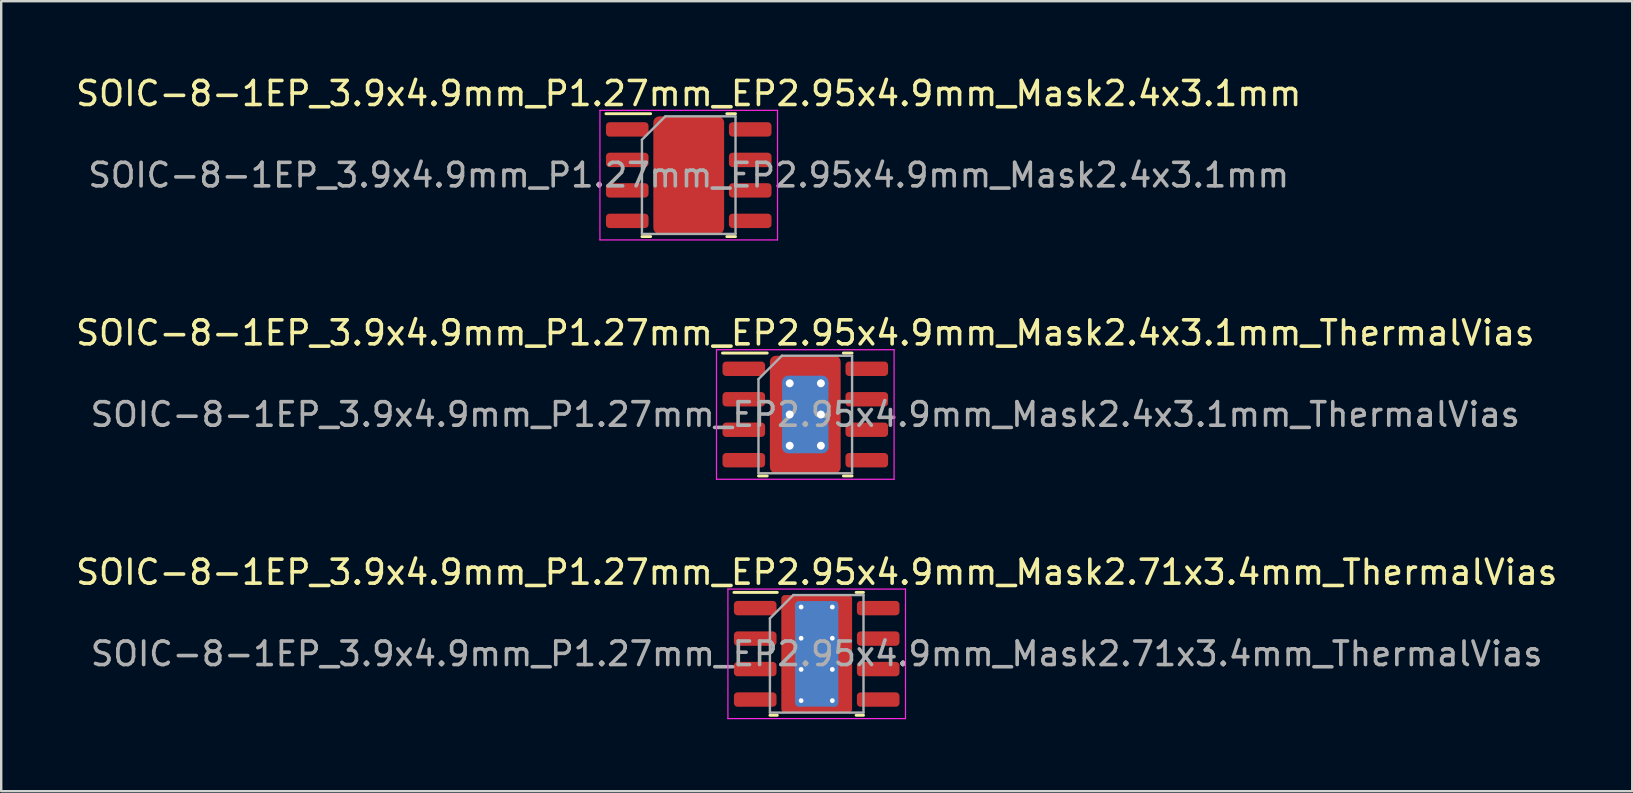
<source format=kicad_pcb>
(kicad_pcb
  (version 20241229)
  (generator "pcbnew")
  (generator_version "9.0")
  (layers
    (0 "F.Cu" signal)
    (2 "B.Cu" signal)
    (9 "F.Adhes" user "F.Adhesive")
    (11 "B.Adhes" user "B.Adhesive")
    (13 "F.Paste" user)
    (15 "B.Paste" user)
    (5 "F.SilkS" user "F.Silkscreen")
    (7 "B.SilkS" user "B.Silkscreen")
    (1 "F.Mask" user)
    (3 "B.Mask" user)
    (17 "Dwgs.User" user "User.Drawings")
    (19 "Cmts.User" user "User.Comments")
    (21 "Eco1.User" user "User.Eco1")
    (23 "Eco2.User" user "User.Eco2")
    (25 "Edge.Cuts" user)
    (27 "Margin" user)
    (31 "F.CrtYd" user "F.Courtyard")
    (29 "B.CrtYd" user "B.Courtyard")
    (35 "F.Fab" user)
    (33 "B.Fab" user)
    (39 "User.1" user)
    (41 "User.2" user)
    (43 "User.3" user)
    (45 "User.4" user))
  (footprint "SOIC-8-1EP_3.9x4.9mm_P1.27mm_EP2.95x4.9mm_Mask2.71x3.4mm_ThermalVias"
    (layer "F.Cu")
    (at 30.982 24.195)
    (property "Reference" "SOIC-8-1EP_3.9x4.9mm_P1.27mm_EP2.95x4.9mm_Mask2.71x3.4mm_ThermalVias" (at 0 -3.4 0) (layer "F.SilkS") (effects (font (size 1 1) (thickness 0.15))))
    (attr smd)
    (fp_line (start -1.642 -2.56) (end -3.45 -2.56) (stroke (width 0.12) (type solid)) (layer "F.SilkS"))
    (fp_line (start -1.642 2.56) (end -1.95 2.56) (stroke (width 0.12) (type solid)) (layer "F.SilkS"))
    (fp_line (start 1.642 -2.56) (end 1.95 -2.56) (stroke (width 0.12) (type solid)) (layer "F.SilkS"))
    (fp_line (start 1.642 2.56) (end 1.95 2.56) (stroke (width 0.12) (type solid)) (layer "F.SilkS"))
    (fp_line (start -3.7 -2.7) (end -3.7 2.7) (stroke (width 0.05) (type solid)) (layer "F.CrtYd"))
    (fp_line (start -3.7 2.7) (end 3.7 2.7) (stroke (width 0.05) (type solid)) (layer "F.CrtYd"))
    (fp_line (start 3.7 -2.7) (end -3.7 -2.7) (stroke (width 0.05) (type solid)) (layer "F.CrtYd"))
    (fp_line (start 3.7 2.7) (end 3.7 -2.7) (stroke (width 0.05) (type solid)) (layer "F.CrtYd"))
    (fp_line (start -1.95 -1.475) (end -0.975 -2.45) (stroke (width 0.1) (type solid)) (layer "F.Fab"))
    (fp_line (start -1.95 2.45) (end -1.95 -1.475) (stroke (width 0.1) (type solid)) (layer "F.Fab"))
    (fp_line (start -0.975 -2.45) (end 1.95 -2.45) (stroke (width 0.1) (type solid)) (layer "F.Fab"))
    (fp_line (start 1.95 -2.45) (end 1.95 2.45) (stroke (width 0.1) (type solid)) (layer "F.Fab"))
    (fp_line (start 1.95 2.45) (end -1.95 2.45) (stroke (width 0.1) (type solid)) (layer "F.Fab"))
    (fp_text user "${REFERENCE}" (at 0 0 0) (layer "F.Fab") (effects (font (size 0.98 0.98) (thickness 0.15))))
    (pad "" smd roundrect (at -0.68 -0.85) (size 1.13 1.42) (layers "F.Paste") (roundrect_rratio 0.221))
    (pad "" smd roundrect (at -0.68 0.85) (size 1.13 1.42) (layers "F.Paste") (roundrect_rratio 0.221))
    (pad "" smd roundrect (at 0 0) (size 2.71 3.4) (layers "F.Mask") (roundrect_rratio 0.055))
    (pad "" smd roundrect (at 0.68 -0.85) (size 1.13 1.42) (layers "F.Paste") (roundrect_rratio 0.221))
    (pad "" smd roundrect (at 0.68 0.85) (size 1.13 1.42) (layers "F.Paste") (roundrect_rratio 0.221))
    (pad "1" smd roundrect (at -2.562 -1.905) (size 1.775 0.6) (layers "F.Cu" "F.Mask" "F.Paste") (roundrect_rratio 0.25))
    (pad "2" smd roundrect (at -2.562 -0.635) (size 1.775 0.6) (layers "F.Cu" "F.Mask" "F.Paste") (roundrect_rratio 0.25))
    (pad "3" smd roundrect (at -2.562 0.635) (size 1.775 0.6) (layers "F.Cu" "F.Mask" "F.Paste") (roundrect_rratio 0.25))
    (pad "4" smd roundrect (at -2.562 1.905) (size 1.775 0.6) (layers "F.Cu" "F.Mask" "F.Paste") (roundrect_rratio 0.25))
    (pad "5" smd roundrect (at 2.562 1.905) (size 1.775 0.6) (layers "F.Cu" "F.Mask" "F.Paste") (roundrect_rratio 0.25))
    (pad "6" smd roundrect (at 2.562 0.635) (size 1.775 0.6) (layers "F.Cu" "F.Mask" "F.Paste") (roundrect_rratio 0.25))
    (pad "7" smd roundrect (at 2.562 -0.635) (size 1.775 0.6) (layers "F.Cu" "F.Mask" "F.Paste") (roundrect_rratio 0.25))
    (pad "8" smd roundrect (at 2.562 -1.905) (size 1.775 0.6) (layers "F.Cu" "F.Mask" "F.Paste") (roundrect_rratio 0.25))
    (pad "9" thru_hole circle (at -0.65 -1.95) (size 0.5 0.5) (drill 0.2) (layers "*.Cu"))
    (pad "9" thru_hole circle (at -0.65 -0.65) (size 0.5 0.5) (drill 0.2) (layers "*.Cu"))
    (pad "9" thru_hole circle (at -0.65 0.65) (size 0.5 0.5) (drill 0.2) (layers "*.Cu"))
    (pad "9" thru_hole circle (at -0.65 1.95) (size 0.5 0.5) (drill 0.2) (layers "*.Cu"))
    (pad "9" smd roundrect (at 0 0) (size 1.8 4.4) (layers "B.Cu") (roundrect_rratio 0.083))
    (pad "9" smd roundrect (at 0 0) (size 2.95 4.9) (layers "F.Cu") (roundrect_rratio 0.051))
    (pad "9" thru_hole circle (at 0.65 -1.95) (size 0.5 0.5) (drill 0.2) (layers "*.Cu"))
    (pad "9" thru_hole circle (at 0.65 -0.65) (size 0.5 0.5) (drill 0.2) (layers "*.Cu"))
    (pad "9" thru_hole circle (at 0.65 0.65) (size 0.5 0.5) (drill 0.2) (layers "*.Cu"))
    (pad "9" thru_hole circle (at 0.65 1.95) (size 0.5 0.5) (drill 0.2) (layers "*.Cu")))
  (footprint "SOIC-8-1EP_3.9x4.9mm_P1.27mm_EP2.95x4.9mm_Mask2.4x3.1mm"
    (layer "F.Cu")
    (at 25.649 4.248)
    (property "Reference" "SOIC-8-1EP_3.9x4.9mm_P1.27mm_EP2.95x4.9mm_Mask2.4x3.1mm" (at 0 -3.4 0) (layer "F.SilkS") (effects (font (size 1 1) (thickness 0.15))))
    (attr smd)
    (fp_line (start -1.586 -2.56) (end -3.45 -2.56) (stroke (width 0.12) (type solid)) (layer "F.SilkS"))
    (fp_line (start -1.586 2.56) (end -1.95 2.56) (stroke (width 0.12) (type solid)) (layer "F.SilkS"))
    (fp_line (start 1.586 -2.56) (end 1.95 -2.56) (stroke (width 0.12) (type solid)) (layer "F.SilkS"))
    (fp_line (start 1.586 2.56) (end 1.95 2.56) (stroke (width 0.12) (type solid)) (layer "F.SilkS"))
    (fp_line (start -3.7 -2.7) (end -3.7 2.7) (stroke (width 0.05) (type solid)) (layer "F.CrtYd"))
    (fp_line (start -3.7 2.7) (end 3.7 2.7) (stroke (width 0.05) (type solid)) (layer "F.CrtYd"))
    (fp_line (start 3.7 -2.7) (end -3.7 -2.7) (stroke (width 0.05) (type solid)) (layer "F.CrtYd"))
    (fp_line (start 3.7 2.7) (end 3.7 -2.7) (stroke (width 0.05) (type solid)) (layer "F.CrtYd"))
    (fp_line (start -1.95 -1.475) (end -0.975 -2.45) (stroke (width 0.1) (type solid)) (layer "F.Fab"))
    (fp_line (start -1.95 2.45) (end -1.95 -1.475) (stroke (width 0.1) (type solid)) (layer "F.Fab"))
    (fp_line (start -0.975 -2.45) (end 1.95 -2.45) (stroke (width 0.1) (type solid)) (layer "F.Fab"))
    (fp_line (start 1.95 -2.45) (end 1.95 2.45) (stroke (width 0.1) (type solid)) (layer "F.Fab"))
    (fp_line (start 1.95 2.45) (end -1.95 2.45) (stroke (width 0.1) (type solid)) (layer "F.Fab"))
    (fp_text user "${REFERENCE}" (at 0 0 0) (layer "F.Fab") (effects (font (size 0.98 0.98) (thickness 0.15))))
    (pad "" smd roundrect (at -0.6 -0.775) (size 0.97 1.25) (layers "F.Paste") (roundrect_rratio 0.25))
    (pad "" smd roundrect (at -0.6 0.775) (size 0.97 1.25) (layers "F.Paste") (roundrect_rratio 0.25))
    (pad "" smd roundrect (at 0 0) (size 2.4 3.1) (layers "F.Mask") (roundrect_rratio 0.104))
    (pad "" smd roundrect (at 0.6 -0.775) (size 0.97 1.25) (layers "F.Paste") (roundrect_rratio 0.25))
    (pad "" smd roundrect (at 0.6 0.775) (size 0.97 1.25) (layers "F.Paste") (roundrect_rratio 0.25))
    (pad "1" smd roundrect (at -2.562 -1.905) (size 1.775 0.6) (layers "F.Cu" "F.Mask" "F.Paste") (roundrect_rratio 0.25))
    (pad "2" smd roundrect (at -2.562 -0.635) (size 1.775 0.6) (layers "F.Cu" "F.Mask" "F.Paste") (roundrect_rratio 0.25))
    (pad "3" smd roundrect (at -2.562 0.635) (size 1.775 0.6) (layers "F.Cu" "F.Mask" "F.Paste") (roundrect_rratio 0.25))
    (pad "4" smd roundrect (at -2.562 1.905) (size 1.775 0.6) (layers "F.Cu" "F.Mask" "F.Paste") (roundrect_rratio 0.25))
    (pad "5" smd roundrect (at 2.562 1.905) (size 1.775 0.6) (layers "F.Cu" "F.Mask" "F.Paste") (roundrect_rratio 0.25))
    (pad "6" smd roundrect (at 2.562 0.635) (size 1.775 0.6) (layers "F.Cu" "F.Mask" "F.Paste") (roundrect_rratio 0.25))
    (pad "7" smd roundrect (at 2.562 -0.635) (size 1.775 0.6) (layers "F.Cu" "F.Mask" "F.Paste") (roundrect_rratio 0.25))
    (pad "8" smd roundrect (at 2.562 -1.905) (size 1.775 0.6) (layers "F.Cu" "F.Mask" "F.Paste") (roundrect_rratio 0.25))
    (pad "9" smd roundrect (at 0 0) (size 2.95 4.9) (layers "F.Cu") (roundrect_rratio 0.085)))
  (footprint "SOIC-8-1EP_3.9x4.9mm_P1.27mm_EP2.95x4.9mm_Mask2.4x3.1mm_ThermalVias"
    (layer "F.Cu")
    (at 30.506 14.222)
    (property "Reference" "SOIC-8-1EP_3.9x4.9mm_P1.27mm_EP2.95x4.9mm_Mask2.4x3.1mm_ThermalVias" (at 0 -3.4 0) (layer "F.SilkS") (effects (font (size 1 1) (thickness 0.15))))
    (attr smd)
    (fp_line (start -1.586 -2.56) (end -3.45 -2.56) (stroke (width 0.12) (type solid)) (layer "F.SilkS"))
    (fp_line (start -1.586 2.56) (end -1.95 2.56) (stroke (width 0.12) (type solid)) (layer "F.SilkS"))
    (fp_line (start 1.586 -2.56) (end 1.95 -2.56) (stroke (width 0.12) (type solid)) (layer "F.SilkS"))
    (fp_line (start 1.586 2.56) (end 1.95 2.56) (stroke (width 0.12) (type solid)) (layer "F.SilkS"))
    (fp_line (start -3.7 -2.7) (end -3.7 2.7) (stroke (width 0.05) (type solid)) (layer "F.CrtYd"))
    (fp_line (start -3.7 2.7) (end 3.7 2.7) (stroke (width 0.05) (type solid)) (layer "F.CrtYd"))
    (fp_line (start 3.7 -2.7) (end -3.7 -2.7) (stroke (width 0.05) (type solid)) (layer "F.CrtYd"))
    (fp_line (start 3.7 2.7) (end 3.7 -2.7) (stroke (width 0.05) (type solid)) (layer "F.CrtYd"))
    (fp_line (start -1.95 -1.475) (end -0.975 -2.45) (stroke (width 0.1) (type solid)) (layer "F.Fab"))
    (fp_line (start -1.95 2.45) (end -1.95 -1.475) (stroke (width 0.1) (type solid)) (layer "F.Fab"))
    (fp_line (start -0.975 -2.45) (end 1.95 -2.45) (stroke (width 0.1) (type solid)) (layer "F.Fab"))
    (fp_line (start 1.95 -2.45) (end 1.95 2.45) (stroke (width 0.1) (type solid)) (layer "F.Fab"))
    (fp_line (start 1.95 2.45) (end -1.95 2.45) (stroke (width 0.1) (type solid)) (layer "F.Fab"))
    (fp_text user "${REFERENCE}" (at 0 0 0) (layer "F.Fab") (effects (font (size 0.98 0.98) (thickness 0.15))))
    (pad "" smd roundrect (at -0.6 -0.775) (size 1 1.3) (layers "F.Paste") (roundrect_rratio 0.25))
    (pad "" smd roundrect (at -0.6 0.775) (size 1 1.3) (layers "F.Paste") (roundrect_rratio 0.25))
    (pad "" smd roundrect (at 0 0) (size 2.4 3.1) (layers "F.Mask") (roundrect_rratio 0.104))
    (pad "" smd roundrect (at 0.6 -0.775) (size 1 1.3) (layers "F.Paste") (roundrect_rratio 0.25))
    (pad "" smd roundrect (at 0.6 0.775) (size 1 1.3) (layers "F.Paste") (roundrect_rratio 0.25))
    (pad "1" smd roundrect (at -2.562 -1.905) (size 1.775 0.6) (layers "F.Cu" "F.Mask" "F.Paste") (roundrect_rratio 0.25))
    (pad "2" smd roundrect (at -2.562 -0.635) (size 1.775 0.6) (layers "F.Cu" "F.Mask" "F.Paste") (roundrect_rratio 0.25))
    (pad "3" smd roundrect (at -2.562 0.635) (size 1.775 0.6) (layers "F.Cu" "F.Mask" "F.Paste") (roundrect_rratio 0.25))
    (pad "4" smd roundrect (at -2.562 1.905) (size 1.775 0.6) (layers "F.Cu" "F.Mask" "F.Paste") (roundrect_rratio 0.25))
    (pad "5" smd roundrect (at 2.562 1.905) (size 1.775 0.6) (layers "F.Cu" "F.Mask" "F.Paste") (roundrect_rratio 0.25))
    (pad "6" smd roundrect (at 2.562 0.635) (size 1.775 0.6) (layers "F.Cu" "F.Mask" "F.Paste") (roundrect_rratio 0.25))
    (pad "7" smd roundrect (at 2.562 -0.635) (size 1.775 0.6) (layers "F.Cu" "F.Mask" "F.Paste") (roundrect_rratio 0.25))
    (pad "8" smd roundrect (at 2.562 -1.905) (size 1.775 0.6) (layers "F.Cu" "F.Mask" "F.Paste") (roundrect_rratio 0.25))
    (pad "9" thru_hole circle (at -0.65 -1.3) (size 0.63 0.63) (drill 0.33) (layers "*.Cu"))
    (pad "9" thru_hole circle (at -0.65 0) (size 0.63 0.63) (drill 0.33) (layers "*.Cu"))
    (pad "9" thru_hole circle (at -0.65 1.3) (size 0.63 0.63) (drill 0.33) (layers "*.Cu"))
    (pad "9" smd roundrect (at 0 0) (size 1.93 3.23) (layers "B.Cu") (roundrect_rratio 0.13))
    (pad "9" smd roundrect (at 0 0) (size 2.95 4.9) (layers "F.Cu") (roundrect_rratio 0.085))
    (pad "9" thru_hole circle (at 0.65 -1.3) (size 0.63 0.63) (drill 0.33) (layers "*.Cu"))
    (pad "9" thru_hole circle (at 0.65 0) (size 0.63 0.63) (drill 0.33) (layers "*.Cu"))
    (pad "9" thru_hole circle (at 0.65 1.3) (size 0.63 0.63) (drill 0.33) (layers "*.Cu")))
  (gr_rect
    (start -3 -3)
    (end 64.964 29.92)
    (stroke (width 0.1) (type default))
    (fill no)
    (layer "Edge.Cuts")))
</source>
